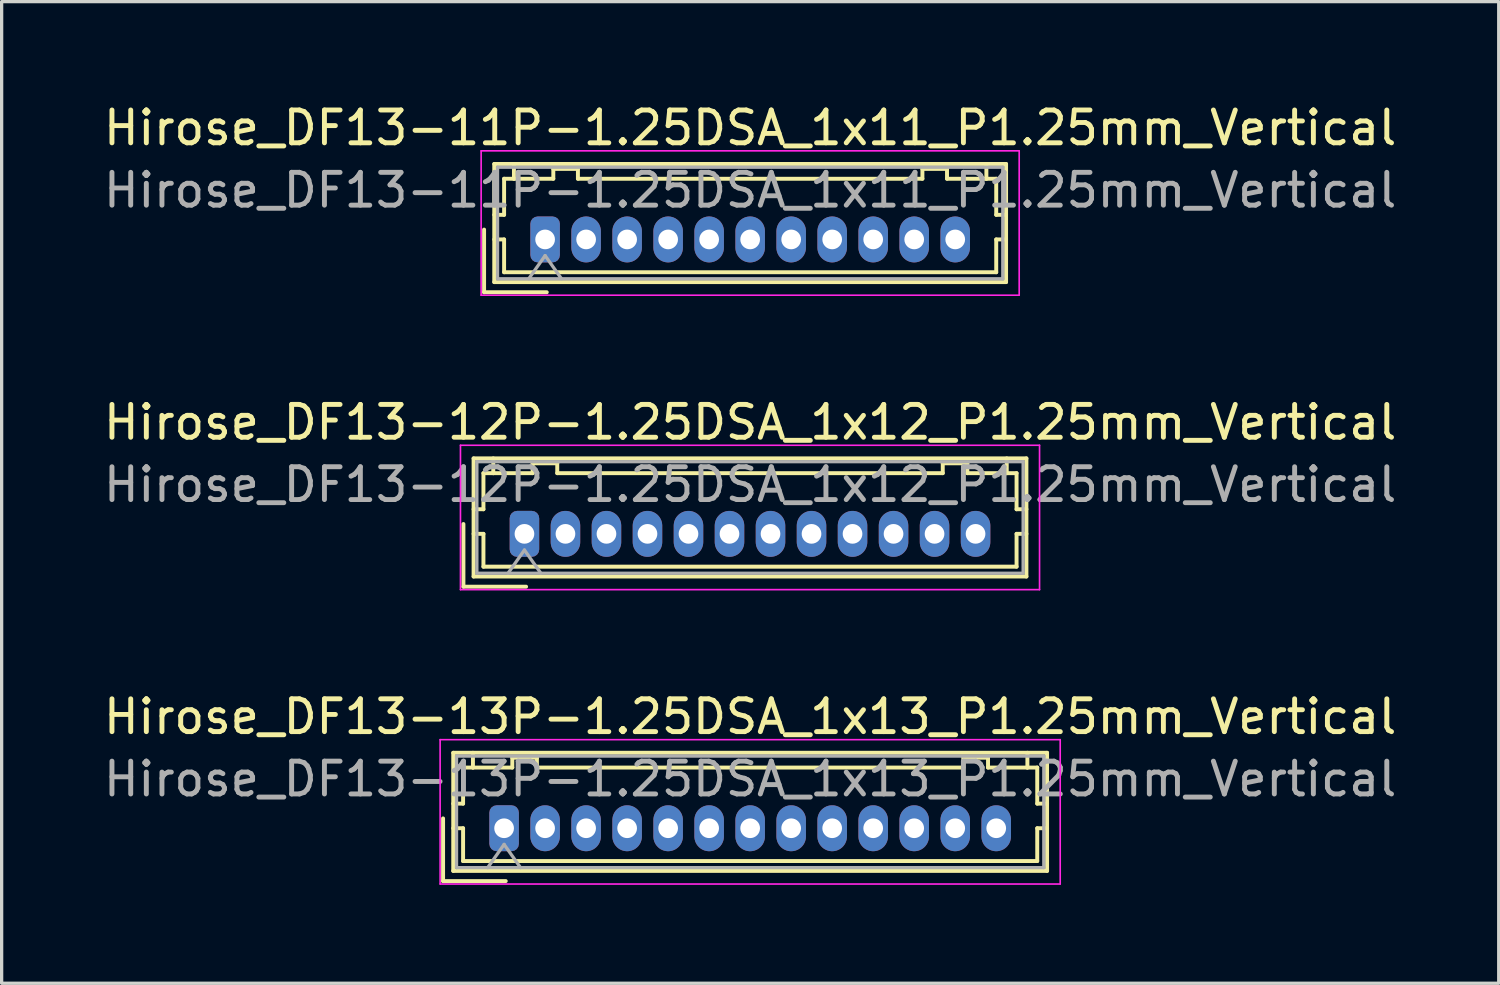
<source format=kicad_pcb>
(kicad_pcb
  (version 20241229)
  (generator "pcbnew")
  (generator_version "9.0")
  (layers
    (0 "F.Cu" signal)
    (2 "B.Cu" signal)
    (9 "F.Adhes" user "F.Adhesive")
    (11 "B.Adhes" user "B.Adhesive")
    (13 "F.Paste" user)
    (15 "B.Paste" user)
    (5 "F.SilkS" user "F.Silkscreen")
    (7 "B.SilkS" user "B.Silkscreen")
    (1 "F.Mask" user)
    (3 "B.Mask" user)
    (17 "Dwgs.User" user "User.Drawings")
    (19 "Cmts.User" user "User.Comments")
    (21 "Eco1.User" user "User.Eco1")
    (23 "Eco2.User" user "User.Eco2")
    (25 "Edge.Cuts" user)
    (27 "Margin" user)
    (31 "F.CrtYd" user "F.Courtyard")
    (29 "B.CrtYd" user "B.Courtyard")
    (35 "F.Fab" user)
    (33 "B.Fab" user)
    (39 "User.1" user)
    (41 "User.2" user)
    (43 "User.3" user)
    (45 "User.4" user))
  (footprint "Hirose_DF13-12P-1.25DSA_1x12_P1.25mm_Vertical"
    (layer "F.Cu")
    (at 12.935 13.222)
    (property "Reference" "Hirose_DF13-12P-1.25DSA_1x12_P1.25mm_Vertical" (at 6.88 -3.4 0) (layer "F.SilkS") (effects (font (size 1 1) (thickness 0.15))))
    (attr through_hole)
    (fp_line (start -1.86 -0.3) (end -1.86 1.61) (stroke (width 0.12) (type solid)) (layer "F.SilkS"))
    (fp_line (start -1.86 1.61) (end 0.05 1.61) (stroke (width 0.12) (type solid)) (layer "F.SilkS"))
    (fp_line (start -1.55 -2.3) (end -1.55 1.3) (stroke (width 0.12) (type solid)) (layer "F.SilkS"))
    (fp_line (start -1.55 -0.75) (end -1.25 -0.75) (stroke (width 0.12) (type solid)) (layer "F.SilkS"))
    (fp_line (start -1.55 0) (end -1.25 0) (stroke (width 0.12) (type solid)) (layer "F.SilkS"))
    (fp_line (start -1.55 1.3) (end 15.3 1.3) (stroke (width 0.12) (type solid)) (layer "F.SilkS"))
    (fp_line (start -1.25 -1.85) (end -0.95 -1.85) (stroke (width 0.12) (type solid)) (layer "F.SilkS"))
    (fp_line (start -1.25 -0.75) (end -1.25 -1.85) (stroke (width 0.12) (type solid)) (layer "F.SilkS"))
    (fp_line (start -1.25 0) (end -1.25 1) (stroke (width 0.12) (type solid)) (layer "F.SilkS"))
    (fp_line (start -1.25 1) (end 15 1) (stroke (width 0.12) (type solid)) (layer "F.SilkS"))
    (fp_line (start -0.95 -1.85) (end -0.95 -2.3) (stroke (width 0.12) (type solid)) (layer "F.SilkS"))
    (fp_line (start -0.95 -1.85) (end 0.25 -1.85) (stroke (width 0.12) (type solid)) (layer "F.SilkS"))
    (fp_line (start 0.25 -2.15) (end 1 -2.15) (stroke (width 0.12) (type solid)) (layer "F.SilkS"))
    (fp_line (start 0.25 -1.85) (end 0.25 -2.15) (stroke (width 0.12) (type solid)) (layer "F.SilkS"))
    (fp_line (start 1 -2.15) (end 1 -1.85) (stroke (width 0.12) (type solid)) (layer "F.SilkS"))
    (fp_line (start 1 -1.85) (end 12.75 -1.85) (stroke (width 0.12) (type solid)) (layer "F.SilkS"))
    (fp_line (start 12.75 -2.15) (end 13.5 -2.15) (stroke (width 0.12) (type solid)) (layer "F.SilkS"))
    (fp_line (start 12.75 -1.85) (end 12.75 -2.15) (stroke (width 0.12) (type solid)) (layer "F.SilkS"))
    (fp_line (start 13.5 -2.15) (end 13.5 -1.85) (stroke (width 0.12) (type solid)) (layer "F.SilkS"))
    (fp_line (start 13.5 -1.85) (end 14.7 -1.85) (stroke (width 0.12) (type solid)) (layer "F.SilkS"))
    (fp_line (start 14.7 -1.85) (end 14.7 -2.3) (stroke (width 0.12) (type solid)) (layer "F.SilkS"))
    (fp_line (start 15 -1.85) (end 14.7 -1.85) (stroke (width 0.12) (type solid)) (layer "F.SilkS"))
    (fp_line (start 15 -0.75) (end 15 -1.85) (stroke (width 0.12) (type solid)) (layer "F.SilkS"))
    (fp_line (start 15 0) (end 15.3 0) (stroke (width 0.12) (type solid)) (layer "F.SilkS"))
    (fp_line (start 15 1) (end 15 0) (stroke (width 0.12) (type solid)) (layer "F.SilkS"))
    (fp_line (start 15.3 -2.3) (end -1.55 -2.3) (stroke (width 0.12) (type solid)) (layer "F.SilkS"))
    (fp_line (start 15.3 -0.75) (end 15 -0.75) (stroke (width 0.12) (type solid)) (layer "F.SilkS"))
    (fp_line (start 15.3 1.3) (end 15.3 -2.3) (stroke (width 0.12) (type solid)) (layer "F.SilkS"))
    (fp_line (start -1.95 -2.7) (end -1.95 1.7) (stroke (width 0.05) (type solid)) (layer "F.CrtYd"))
    (fp_line (start -1.95 1.7) (end 15.7 1.7) (stroke (width 0.05) (type solid)) (layer "F.CrtYd"))
    (fp_line (start 15.7 -2.7) (end -1.95 -2.7) (stroke (width 0.05) (type solid)) (layer "F.CrtYd"))
    (fp_line (start 15.7 1.7) (end 15.7 -2.7) (stroke (width 0.05) (type solid)) (layer "F.CrtYd"))
    (fp_line (start -1.45 -2.2) (end -1.45 1.2) (stroke (width 0.1) (type solid)) (layer "F.Fab"))
    (fp_line (start -1.45 1.2) (end 15.2 1.2) (stroke (width 0.1) (type solid)) (layer "F.Fab"))
    (fp_line (start -0.5 1.2) (end 0 0.493) (stroke (width 0.1) (type solid)) (layer "F.Fab"))
    (fp_line (start 0 0.493) (end 0.5 1.2) (stroke (width 0.1) (type solid)) (layer "F.Fab"))
    (fp_line (start 15.2 -2.2) (end -1.45 -2.2) (stroke (width 0.1) (type solid)) (layer "F.Fab"))
    (fp_line (start 15.2 1.2) (end 15.2 -2.2) (stroke (width 0.1) (type solid)) (layer "F.Fab"))
    (fp_text user "${REFERENCE}" (at 6.88 -1.5 0) (layer "F.Fab") (effects (font (size 1 1) (thickness 0.15))))
    (pad "1" thru_hole roundrect (at 0 0) (size 0.9 1.4) (drill 0.6) (layers "*.Cu" "*.Mask") (roundrect_rratio 0.25))
    (pad "2" thru_hole oval (at 1.25 0) (size 0.9 1.4) (drill 0.6) (layers "*.Cu" "*.Mask"))
    (pad "3" thru_hole oval (at 2.5 0) (size 0.9 1.4) (drill 0.6) (layers "*.Cu" "*.Mask"))
    (pad "4" thru_hole oval (at 3.75 0) (size 0.9 1.4) (drill 0.6) (layers "*.Cu" "*.Mask"))
    (pad "5" thru_hole oval (at 5 0) (size 0.9 1.4) (drill 0.6) (layers "*.Cu" "*.Mask"))
    (pad "6" thru_hole oval (at 6.25 0) (size 0.9 1.4) (drill 0.6) (layers "*.Cu" "*.Mask"))
    (pad "7" thru_hole oval (at 7.5 0) (size 0.9 1.4) (drill 0.6) (layers "*.Cu" "*.Mask"))
    (pad "8" thru_hole oval (at 8.75 0) (size 0.9 1.4) (drill 0.6) (layers "*.Cu" "*.Mask"))
    (pad "9" thru_hole oval (at 10 0) (size 0.9 1.4) (drill 0.6) (layers "*.Cu" "*.Mask"))
    (pad "10" thru_hole oval (at 11.25 0) (size 0.9 1.4) (drill 0.6) (layers "*.Cu" "*.Mask"))
    (pad "11" thru_hole oval (at 12.5 0) (size 0.9 1.4) (drill 0.6) (layers "*.Cu" "*.Mask"))
    (pad "12" thru_hole oval (at 13.75 0) (size 0.9 1.4) (drill 0.6) (layers "*.Cu" "*.Mask")))
  (footprint "Hirose_DF13-11P-1.25DSA_1x11_P1.25mm_Vertical"
    (layer "F.Cu")
    (at 13.565 4.248)
    (property "Reference" "Hirose_DF13-11P-1.25DSA_1x11_P1.25mm_Vertical" (at 6.25 -3.4 0) (layer "F.SilkS") (effects (font (size 1 1) (thickness 0.15))))
    (attr through_hole)
    (fp_line (start -1.86 -0.3) (end -1.86 1.61) (stroke (width 0.12) (type solid)) (layer "F.SilkS"))
    (fp_line (start -1.86 1.61) (end 0.05 1.61) (stroke (width 0.12) (type solid)) (layer "F.SilkS"))
    (fp_line (start -1.55 -2.3) (end -1.55 1.3) (stroke (width 0.12) (type solid)) (layer "F.SilkS"))
    (fp_line (start -1.55 -0.75) (end -1.25 -0.75) (stroke (width 0.12) (type solid)) (layer "F.SilkS"))
    (fp_line (start -1.55 0) (end -1.25 0) (stroke (width 0.12) (type solid)) (layer "F.SilkS"))
    (fp_line (start -1.55 1.3) (end 14.05 1.3) (stroke (width 0.12) (type solid)) (layer "F.SilkS"))
    (fp_line (start -1.25 -1.85) (end -0.95 -1.85) (stroke (width 0.12) (type solid)) (layer "F.SilkS"))
    (fp_line (start -1.25 -0.75) (end -1.25 -1.85) (stroke (width 0.12) (type solid)) (layer "F.SilkS"))
    (fp_line (start -1.25 0) (end -1.25 1) (stroke (width 0.12) (type solid)) (layer "F.SilkS"))
    (fp_line (start -1.25 1) (end 13.75 1) (stroke (width 0.12) (type solid)) (layer "F.SilkS"))
    (fp_line (start -0.95 -1.85) (end -0.95 -2.3) (stroke (width 0.12) (type solid)) (layer "F.SilkS"))
    (fp_line (start -0.95 -1.85) (end 0.25 -1.85) (stroke (width 0.12) (type solid)) (layer "F.SilkS"))
    (fp_line (start 0.25 -2.15) (end 1 -2.15) (stroke (width 0.12) (type solid)) (layer "F.SilkS"))
    (fp_line (start 0.25 -1.85) (end 0.25 -2.15) (stroke (width 0.12) (type solid)) (layer "F.SilkS"))
    (fp_line (start 1 -2.15) (end 1 -1.85) (stroke (width 0.12) (type solid)) (layer "F.SilkS"))
    (fp_line (start 1 -1.85) (end 11.5 -1.85) (stroke (width 0.12) (type solid)) (layer "F.SilkS"))
    (fp_line (start 11.5 -2.15) (end 12.25 -2.15) (stroke (width 0.12) (type solid)) (layer "F.SilkS"))
    (fp_line (start 11.5 -1.85) (end 11.5 -2.15) (stroke (width 0.12) (type solid)) (layer "F.SilkS"))
    (fp_line (start 12.25 -2.15) (end 12.25 -1.85) (stroke (width 0.12) (type solid)) (layer "F.SilkS"))
    (fp_line (start 12.25 -1.85) (end 13.45 -1.85) (stroke (width 0.12) (type solid)) (layer "F.SilkS"))
    (fp_line (start 13.45 -1.85) (end 13.45 -2.3) (stroke (width 0.12) (type solid)) (layer "F.SilkS"))
    (fp_line (start 13.75 -1.85) (end 13.45 -1.85) (stroke (width 0.12) (type solid)) (layer "F.SilkS"))
    (fp_line (start 13.75 -0.75) (end 13.75 -1.85) (stroke (width 0.12) (type solid)) (layer "F.SilkS"))
    (fp_line (start 13.75 0) (end 14.05 0) (stroke (width 0.12) (type solid)) (layer "F.SilkS"))
    (fp_line (start 13.75 1) (end 13.75 0) (stroke (width 0.12) (type solid)) (layer "F.SilkS"))
    (fp_line (start 14.05 -2.3) (end -1.55 -2.3) (stroke (width 0.12) (type solid)) (layer "F.SilkS"))
    (fp_line (start 14.05 -0.75) (end 13.75 -0.75) (stroke (width 0.12) (type solid)) (layer "F.SilkS"))
    (fp_line (start 14.05 1.3) (end 14.05 -2.3) (stroke (width 0.12) (type solid)) (layer "F.SilkS"))
    (fp_line (start -1.95 -2.7) (end -1.95 1.7) (stroke (width 0.05) (type solid)) (layer "F.CrtYd"))
    (fp_line (start -1.95 1.7) (end 14.45 1.7) (stroke (width 0.05) (type solid)) (layer "F.CrtYd"))
    (fp_line (start 14.45 -2.7) (end -1.95 -2.7) (stroke (width 0.05) (type solid)) (layer "F.CrtYd"))
    (fp_line (start 14.45 1.7) (end 14.45 -2.7) (stroke (width 0.05) (type solid)) (layer "F.CrtYd"))
    (fp_line (start -1.45 -2.2) (end -1.45 1.2) (stroke (width 0.1) (type solid)) (layer "F.Fab"))
    (fp_line (start -1.45 1.2) (end 13.95 1.2) (stroke (width 0.1) (type solid)) (layer "F.Fab"))
    (fp_line (start -0.5 1.2) (end 0 0.493) (stroke (width 0.1) (type solid)) (layer "F.Fab"))
    (fp_line (start 0 0.493) (end 0.5 1.2) (stroke (width 0.1) (type solid)) (layer "F.Fab"))
    (fp_line (start 13.95 -2.2) (end -1.45 -2.2) (stroke (width 0.1) (type solid)) (layer "F.Fab"))
    (fp_line (start 13.95 1.2) (end 13.95 -2.2) (stroke (width 0.1) (type solid)) (layer "F.Fab"))
    (fp_text user "${REFERENCE}" (at 6.25 -1.5 0) (layer "F.Fab") (effects (font (size 1 1) (thickness 0.15))))
    (pad "1" thru_hole roundrect (at 0 0) (size 0.9 1.4) (drill 0.6) (layers "*.Cu" "*.Mask") (roundrect_rratio 0.25))
    (pad "2" thru_hole oval (at 1.25 0) (size 0.9 1.4) (drill 0.6) (layers "*.Cu" "*.Mask"))
    (pad "3" thru_hole oval (at 2.5 0) (size 0.9 1.4) (drill 0.6) (layers "*.Cu" "*.Mask"))
    (pad "4" thru_hole oval (at 3.75 0) (size 0.9 1.4) (drill 0.6) (layers "*.Cu" "*.Mask"))
    (pad "5" thru_hole oval (at 5 0) (size 0.9 1.4) (drill 0.6) (layers "*.Cu" "*.Mask"))
    (pad "6" thru_hole oval (at 6.25 0) (size 0.9 1.4) (drill 0.6) (layers "*.Cu" "*.Mask"))
    (pad "7" thru_hole oval (at 7.5 0) (size 0.9 1.4) (drill 0.6) (layers "*.Cu" "*.Mask"))
    (pad "8" thru_hole oval (at 8.75 0) (size 0.9 1.4) (drill 0.6) (layers "*.Cu" "*.Mask"))
    (pad "9" thru_hole oval (at 10 0) (size 0.9 1.4) (drill 0.6) (layers "*.Cu" "*.Mask"))
    (pad "10" thru_hole oval (at 11.25 0) (size 0.9 1.4) (drill 0.6) (layers "*.Cu" "*.Mask"))
    (pad "11" thru_hole oval (at 12.5 0) (size 0.9 1.4) (drill 0.6) (layers "*.Cu" "*.Mask")))
  (footprint "Hirose_DF13-13P-1.25DSA_1x13_P1.25mm_Vertical"
    (layer "F.Cu")
    (at 12.315 22.195)
    (property "Reference" "Hirose_DF13-13P-1.25DSA_1x13_P1.25mm_Vertical" (at 7.5 -3.4 0) (layer "F.SilkS") (effects (font (size 1 1) (thickness 0.15))))
    (attr through_hole)
    (fp_line (start -1.86 -0.3) (end -1.86 1.61) (stroke (width 0.12) (type solid)) (layer "F.SilkS"))
    (fp_line (start -1.86 1.61) (end 0.05 1.61) (stroke (width 0.12) (type solid)) (layer "F.SilkS"))
    (fp_line (start -1.55 -2.3) (end -1.55 1.3) (stroke (width 0.12) (type solid)) (layer "F.SilkS"))
    (fp_line (start -1.55 -0.75) (end -1.25 -0.75) (stroke (width 0.12) (type solid)) (layer "F.SilkS"))
    (fp_line (start -1.55 0) (end -1.25 0) (stroke (width 0.12) (type solid)) (layer "F.SilkS"))
    (fp_line (start -1.55 1.3) (end 16.55 1.3) (stroke (width 0.12) (type solid)) (layer "F.SilkS"))
    (fp_line (start -1.25 -1.85) (end -0.95 -1.85) (stroke (width 0.12) (type solid)) (layer "F.SilkS"))
    (fp_line (start -1.25 -0.75) (end -1.25 -1.85) (stroke (width 0.12) (type solid)) (layer "F.SilkS"))
    (fp_line (start -1.25 0) (end -1.25 1) (stroke (width 0.12) (type solid)) (layer "F.SilkS"))
    (fp_line (start -1.25 1) (end 16.25 1) (stroke (width 0.12) (type solid)) (layer "F.SilkS"))
    (fp_line (start -0.95 -1.85) (end -0.95 -2.3) (stroke (width 0.12) (type solid)) (layer "F.SilkS"))
    (fp_line (start -0.95 -1.85) (end 0.25 -1.85) (stroke (width 0.12) (type solid)) (layer "F.SilkS"))
    (fp_line (start 0.25 -2.15) (end 1 -2.15) (stroke (width 0.12) (type solid)) (layer "F.SilkS"))
    (fp_line (start 0.25 -1.85) (end 0.25 -2.15) (stroke (width 0.12) (type solid)) (layer "F.SilkS"))
    (fp_line (start 1 -2.15) (end 1 -1.85) (stroke (width 0.12) (type solid)) (layer "F.SilkS"))
    (fp_line (start 1 -1.85) (end 14 -1.85) (stroke (width 0.12) (type solid)) (layer "F.SilkS"))
    (fp_line (start 14 -2.15) (end 14.75 -2.15) (stroke (width 0.12) (type solid)) (layer "F.SilkS"))
    (fp_line (start 14 -1.85) (end 14 -2.15) (stroke (width 0.12) (type solid)) (layer "F.SilkS"))
    (fp_line (start 14.75 -2.15) (end 14.75 -1.85) (stroke (width 0.12) (type solid)) (layer "F.SilkS"))
    (fp_line (start 14.75 -1.85) (end 15.95 -1.85) (stroke (width 0.12) (type solid)) (layer "F.SilkS"))
    (fp_line (start 15.95 -1.85) (end 15.95 -2.3) (stroke (width 0.12) (type solid)) (layer "F.SilkS"))
    (fp_line (start 16.25 -1.85) (end 15.95 -1.85) (stroke (width 0.12) (type solid)) (layer "F.SilkS"))
    (fp_line (start 16.25 -0.75) (end 16.25 -1.85) (stroke (width 0.12) (type solid)) (layer "F.SilkS"))
    (fp_line (start 16.25 0) (end 16.55 0) (stroke (width 0.12) (type solid)) (layer "F.SilkS"))
    (fp_line (start 16.25 1) (end 16.25 0) (stroke (width 0.12) (type solid)) (layer "F.SilkS"))
    (fp_line (start 16.55 -2.3) (end -1.55 -2.3) (stroke (width 0.12) (type solid)) (layer "F.SilkS"))
    (fp_line (start 16.55 -0.75) (end 16.25 -0.75) (stroke (width 0.12) (type solid)) (layer "F.SilkS"))
    (fp_line (start 16.55 1.3) (end 16.55 -2.3) (stroke (width 0.12) (type solid)) (layer "F.SilkS"))
    (fp_line (start -1.95 -2.7) (end -1.95 1.7) (stroke (width 0.05) (type solid)) (layer "F.CrtYd"))
    (fp_line (start -1.95 1.7) (end 16.95 1.7) (stroke (width 0.05) (type solid)) (layer "F.CrtYd"))
    (fp_line (start 16.95 -2.7) (end -1.95 -2.7) (stroke (width 0.05) (type solid)) (layer "F.CrtYd"))
    (fp_line (start 16.95 1.7) (end 16.95 -2.7) (stroke (width 0.05) (type solid)) (layer "F.CrtYd"))
    (fp_line (start -1.45 -2.2) (end -1.45 1.2) (stroke (width 0.1) (type solid)) (layer "F.Fab"))
    (fp_line (start -1.45 1.2) (end 16.45 1.2) (stroke (width 0.1) (type solid)) (layer "F.Fab"))
    (fp_line (start -0.5 1.2) (end 0 0.493) (stroke (width 0.1) (type solid)) (layer "F.Fab"))
    (fp_line (start 0 0.493) (end 0.5 1.2) (stroke (width 0.1) (type solid)) (layer "F.Fab"))
    (fp_line (start 16.45 -2.2) (end -1.45 -2.2) (stroke (width 0.1) (type solid)) (layer "F.Fab"))
    (fp_line (start 16.45 1.2) (end 16.45 -2.2) (stroke (width 0.1) (type solid)) (layer "F.Fab"))
    (fp_text user "${REFERENCE}" (at 7.5 -1.5 0) (layer "F.Fab") (effects (font (size 1 1) (thickness 0.15))))
    (pad "1" thru_hole roundrect (at 0 0) (size 0.9 1.4) (drill 0.6) (layers "*.Cu" "*.Mask") (roundrect_rratio 0.25))
    (pad "2" thru_hole oval (at 1.25 0) (size 0.9 1.4) (drill 0.6) (layers "*.Cu" "*.Mask"))
    (pad "3" thru_hole oval (at 2.5 0) (size 0.9 1.4) (drill 0.6) (layers "*.Cu" "*.Mask"))
    (pad "4" thru_hole oval (at 3.75 0) (size 0.9 1.4) (drill 0.6) (layers "*.Cu" "*.Mask"))
    (pad "5" thru_hole oval (at 5 0) (size 0.9 1.4) (drill 0.6) (layers "*.Cu" "*.Mask"))
    (pad "6" thru_hole oval (at 6.25 0) (size 0.9 1.4) (drill 0.6) (layers "*.Cu" "*.Mask"))
    (pad "7" thru_hole oval (at 7.5 0) (size 0.9 1.4) (drill 0.6) (layers "*.Cu" "*.Mask"))
    (pad "8" thru_hole oval (at 8.75 0) (size 0.9 1.4) (drill 0.6) (layers "*.Cu" "*.Mask"))
    (pad "9" thru_hole oval (at 10 0) (size 0.9 1.4) (drill 0.6) (layers "*.Cu" "*.Mask"))
    (pad "10" thru_hole oval (at 11.25 0) (size 0.9 1.4) (drill 0.6) (layers "*.Cu" "*.Mask"))
    (pad "11" thru_hole oval (at 12.5 0) (size 0.9 1.4) (drill 0.6) (layers "*.Cu" "*.Mask"))
    (pad "12" thru_hole oval (at 13.75 0) (size 0.9 1.4) (drill 0.6) (layers "*.Cu" "*.Mask"))
    (pad "13" thru_hole oval (at 15 0) (size 0.9 1.4) (drill 0.6) (layers "*.Cu" "*.Mask")))
  (gr_rect
    (start -3 -3)
    (end 42.631 26.92)
    (stroke (width 0.1) (type default))
    (fill no)
    (layer "Edge.Cuts")))
</source>
